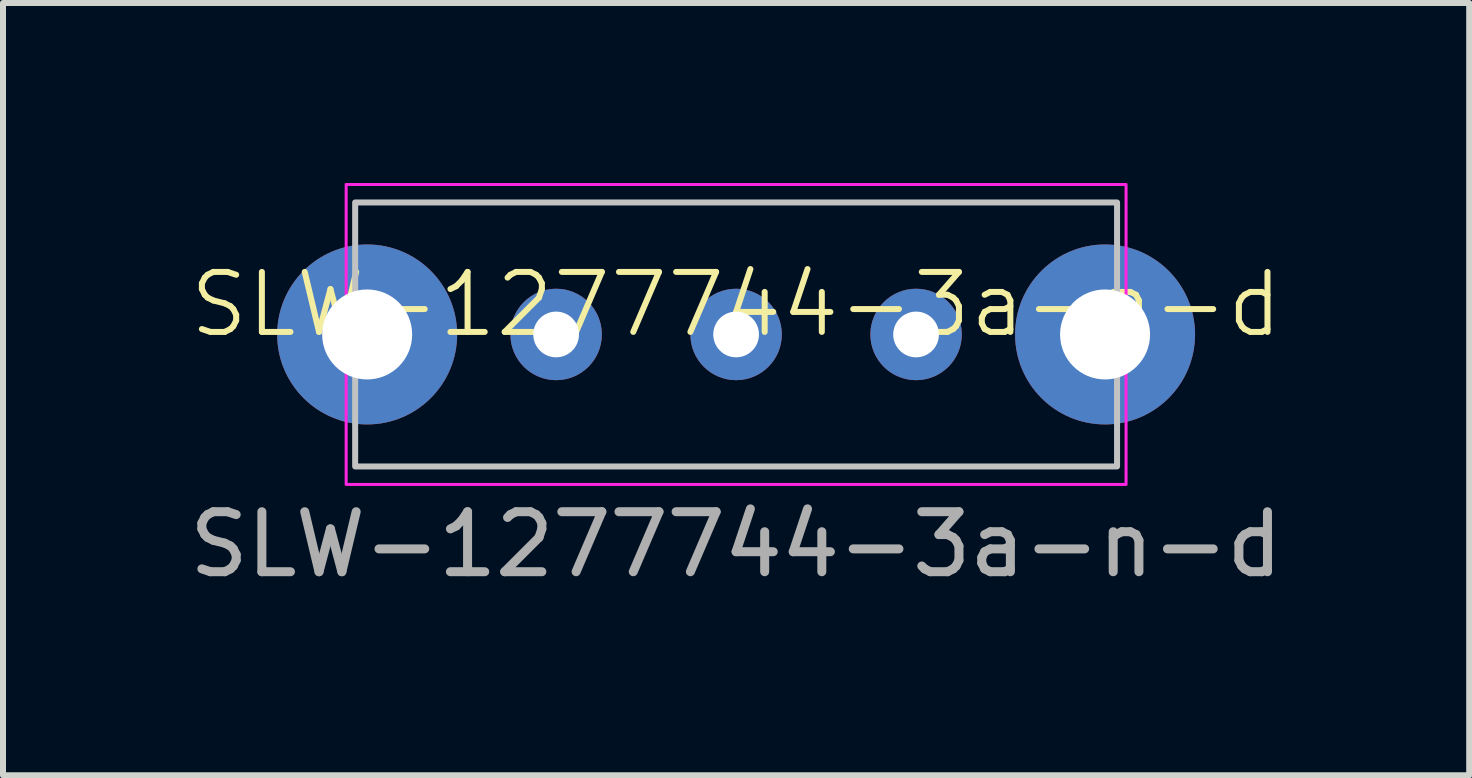
<source format=kicad_pcb>
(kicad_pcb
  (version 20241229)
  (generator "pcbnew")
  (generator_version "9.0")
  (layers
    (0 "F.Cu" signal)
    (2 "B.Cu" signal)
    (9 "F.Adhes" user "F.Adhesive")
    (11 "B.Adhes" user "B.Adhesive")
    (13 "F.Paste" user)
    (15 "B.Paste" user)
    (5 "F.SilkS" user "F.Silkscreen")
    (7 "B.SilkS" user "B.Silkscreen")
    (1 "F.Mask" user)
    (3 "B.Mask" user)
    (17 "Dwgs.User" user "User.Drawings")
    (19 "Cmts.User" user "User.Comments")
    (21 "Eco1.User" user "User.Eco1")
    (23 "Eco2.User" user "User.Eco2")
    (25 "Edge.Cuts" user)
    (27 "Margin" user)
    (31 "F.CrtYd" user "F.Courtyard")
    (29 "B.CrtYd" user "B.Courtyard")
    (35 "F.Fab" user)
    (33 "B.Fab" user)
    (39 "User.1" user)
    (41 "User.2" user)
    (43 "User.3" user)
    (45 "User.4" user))
  (footprint "SLW-1277744-3a-n-d"
    (layer "F.Cu")
    (at 9.22 2.525)
    (property "Reference" "SLW-1277744-3a-n-d" (at 0 -0.5 0) (unlocked yes) (layer "F.SilkS") (effects (font (size 1 1) (thickness 0.1))))
    (fp_rect (start -6.35 -2.2) (end 6.35 2.2) (stroke (width 0.1) (type default)) (fill no) (layer "Dwgs.User"))
    (fp_rect (start -6.5 -2.5) (end 6.5 2.5) (stroke (width 0.05) (type default)) (fill no) (layer "F.CrtYd"))
    (fp_text user "${REFERENCE}" (at 0 3.5 0) (unlocked yes) (layer "F.Fab") (effects (font (size 1 1) (thickness 0.15))))
    (pad "1" thru_hole circle (at -3 0) (size 1.524 1.524) (drill 0.762) (layers "*.Cu" "*.Mask"))
    (pad "2" thru_hole circle (at 0 0) (size 1.524 1.524) (drill 0.762) (layers "*.Cu" "*.Mask"))
    (pad "3" thru_hole circle (at 3 0) (size 1.524 1.524) (drill 0.762) (layers "*.Cu" "*.Mask"))
    (pad "4" thru_hole circle (at -6.15 0) (size 3 3) (drill 1.5) (layers "*.Cu" "*.Mask" "Eco1.User"))
    (pad "4" thru_hole circle (at 6.15 0) (size 3 3) (drill 1.5) (layers "*.Cu" "*.Mask")))
  (gr_rect
    (start -3 -3)
    (end 21.44 9.873)
    (stroke (width 0.1) (type default))
    (fill no)
    (layer "Edge.Cuts")))
</source>
